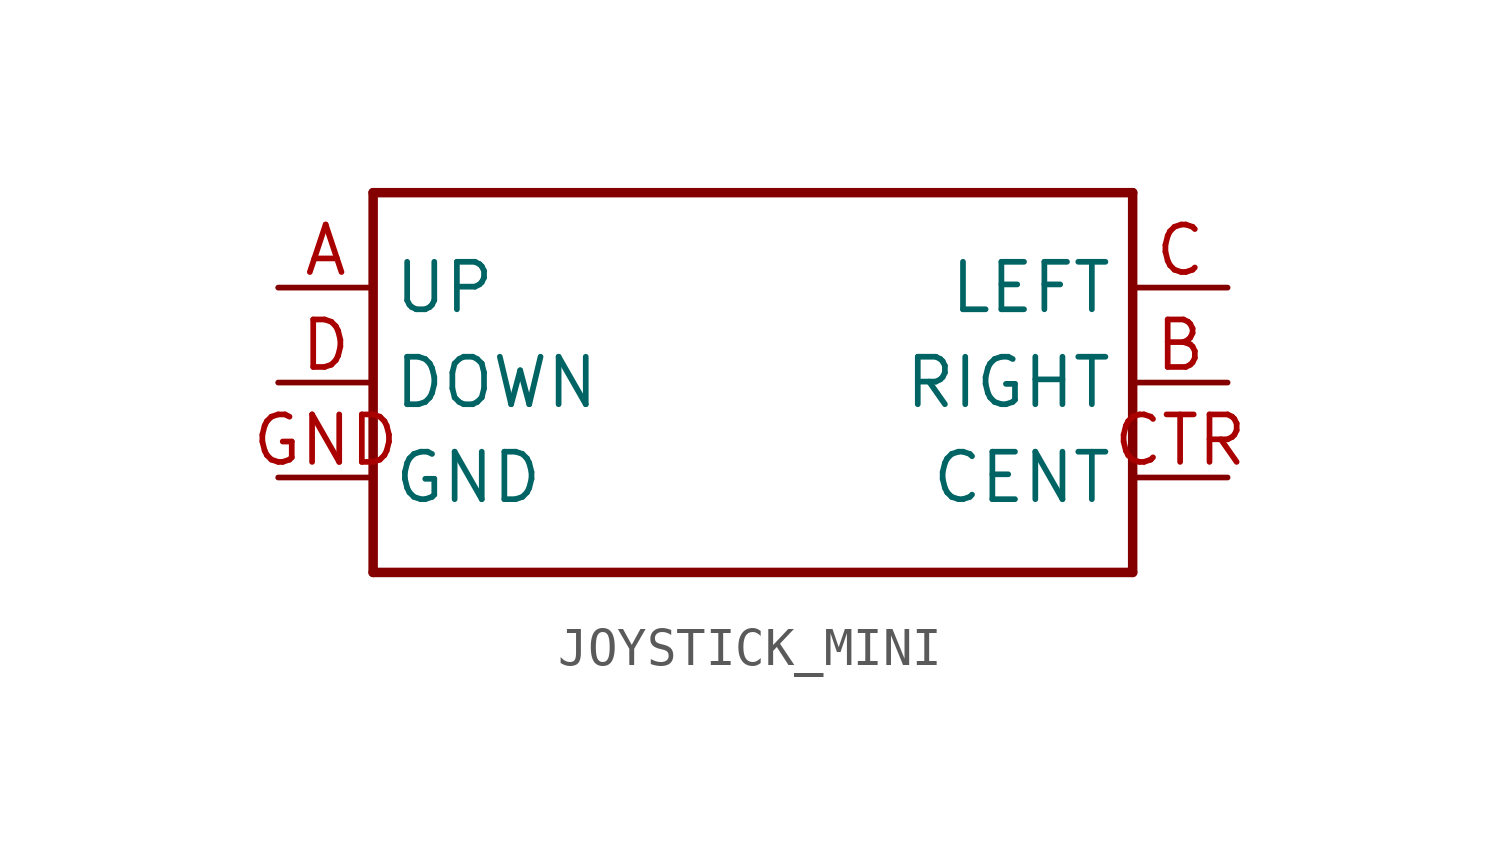
<source format=kicad_sym>
(kicad_symbol_lib
  (version 20220914)
  (generator kicad_symbol_editor)
  (symbol "JOYSTICK_MINI"
    (property "Reference" "S"
      (at -10.16 5.334 0)
      (effects (font (size 1.778 1.778)) (justify left bottom) hide))
    (property "ki_locked" ""
      (at 0 0 0)
      (effects (font (size 1.27 1.27))))
    (symbol "JOYSTICK_MINI_1_0"
      (polyline (pts (xy -10.16 -5.08) (xy -10.16 5.08)) (stroke (width 0.254) (type solid)) (fill (type none)))
      (polyline (pts (xy -10.16 5.08) (xy 10.16 5.08)) (stroke (width 0.254) (type solid)) (fill (type none)))
      (polyline (pts (xy 10.16 -5.08) (xy -10.16 -5.08)) (stroke (width 0.254) (type solid)) (fill (type none)))
      (polyline (pts (xy 10.16 5.08) (xy 10.16 -5.08)) (stroke (width 0.254) (type solid)) (fill (type none)))
      (pin bidirectional line (at -12.7 2.54 0) (length 2.54) (name "UP" (effects (font (size 1.27 1.27)))) (number "A" (effects (font (size 1.27 1.27)))))
      (pin bidirectional line (at 12.7 0 180) (length 2.54) (name "RIGHT" (effects (font (size 1.27 1.27)))) (number "B" (effects (font (size 1.27 1.27)))))
      (pin bidirectional line (at 12.7 2.54 180) (length 2.54) (name "LEFT" (effects (font (size 1.27 1.27)))) (number "C" (effects (font (size 1.27 1.27)))))
      (pin bidirectional line (at 12.7 -2.54 180) (length 2.54) (name "CENT" (effects (font (size 1.27 1.27)))) (number "CTR" (effects (font (size 1.27 1.27)))))
      (pin bidirectional line (at -12.7 0 0) (length 2.54) (name "DOWN" (effects (font (size 1.27 1.27)))) (number "D" (effects (font (size 1.27 1.27)))))
      (pin bidirectional line (at -12.7 -2.54 0) (length 2.54) (name "GND" (effects (font (size 1.27 1.27)))) (number "GND" (effects (font (size 1.27 1.27))))))))
</source>
